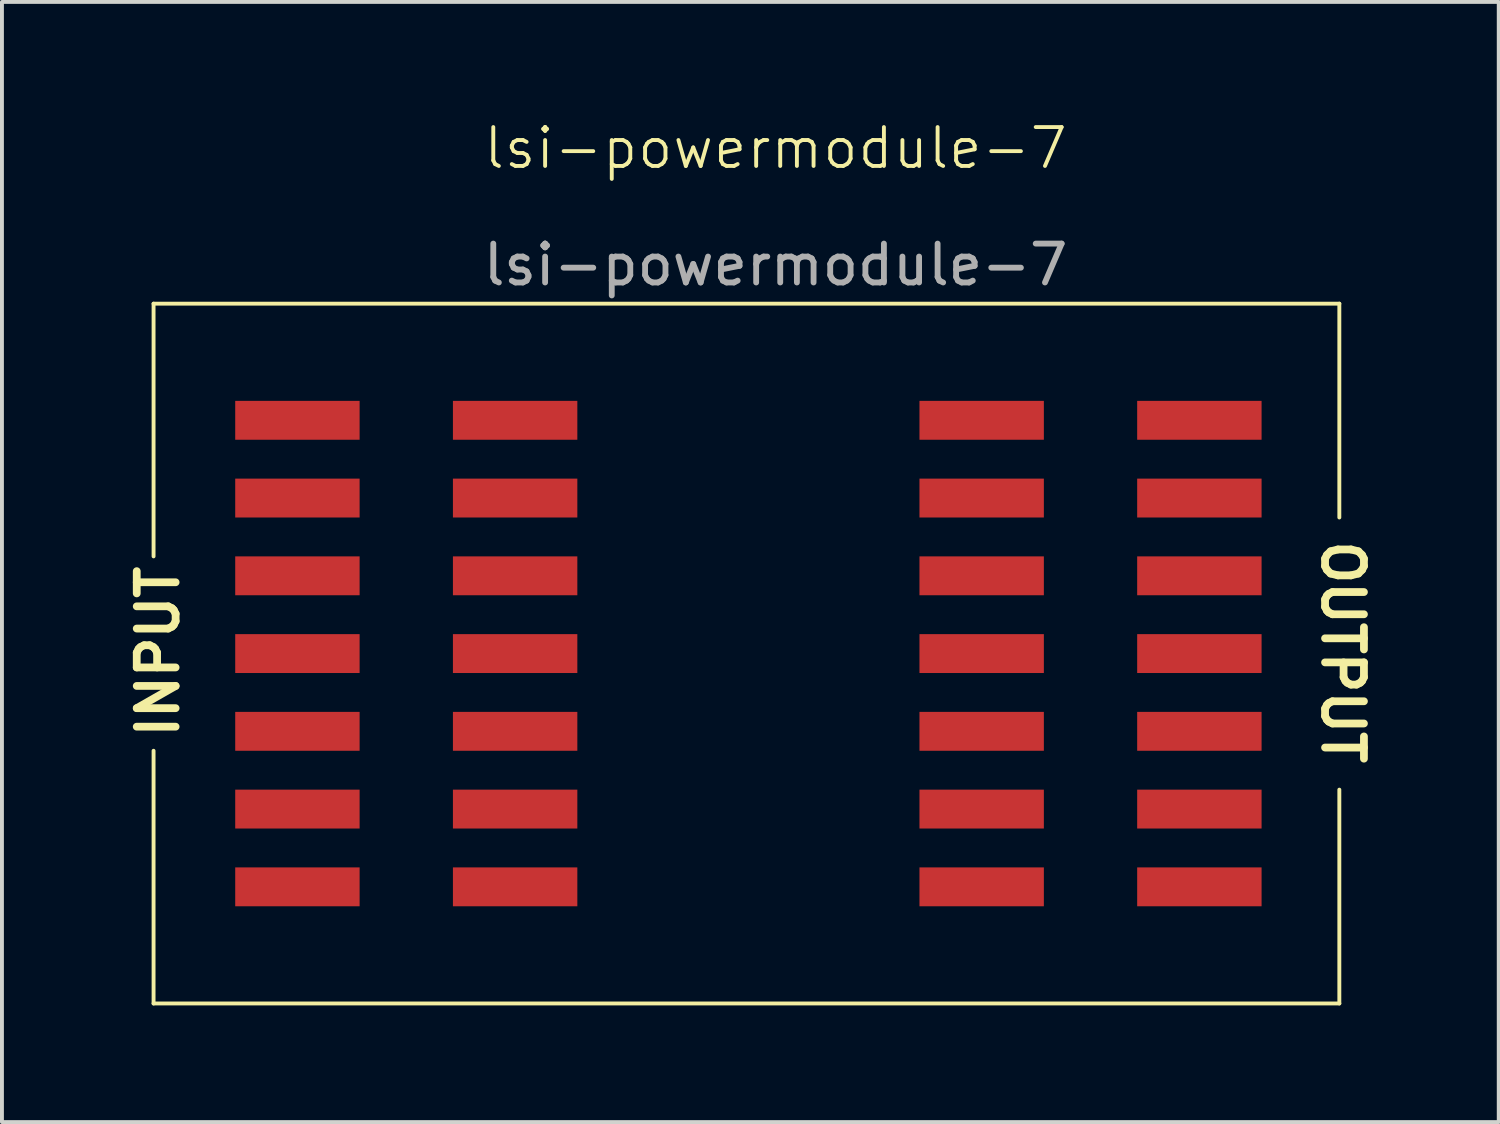
<source format=kicad_pcb>
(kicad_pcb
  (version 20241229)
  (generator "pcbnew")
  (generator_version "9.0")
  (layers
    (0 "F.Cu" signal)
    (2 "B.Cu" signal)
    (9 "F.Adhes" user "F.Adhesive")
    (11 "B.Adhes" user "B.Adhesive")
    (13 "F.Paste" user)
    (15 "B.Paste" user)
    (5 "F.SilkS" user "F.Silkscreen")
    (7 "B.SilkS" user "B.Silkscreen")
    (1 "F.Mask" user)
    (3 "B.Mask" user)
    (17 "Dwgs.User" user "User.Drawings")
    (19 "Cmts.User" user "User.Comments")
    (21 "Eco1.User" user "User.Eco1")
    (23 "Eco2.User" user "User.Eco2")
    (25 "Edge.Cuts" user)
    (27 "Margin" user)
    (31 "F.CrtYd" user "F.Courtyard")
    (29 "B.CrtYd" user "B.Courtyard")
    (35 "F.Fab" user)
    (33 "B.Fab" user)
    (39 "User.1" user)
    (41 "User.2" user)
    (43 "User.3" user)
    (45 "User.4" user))
  (footprint "lsi-powermodule-7"
    (layer "F.Cu")
    (at 4.9 7.761)
    (property "Reference" "lsi-powermodule-7" (at 12 -7 0) (unlocked yes) (layer "F.SilkS") (effects (font (size 1 1) (thickness 0.1))))
    (attr smd)
    (fp_line (start -4 -3) (end -4 3.5) (stroke (width 0.1) (type default)) (layer "F.SilkS"))
    (fp_line (start -4 15) (end -4 8.5) (stroke (width 0.1) (type default)) (layer "F.SilkS"))
    (fp_line (start 26.5 -3) (end -4 -3) (stroke (width 0.1) (type default)) (layer "F.SilkS"))
    (fp_line (start 26.5 2.5) (end 26.5 -3) (stroke (width 0.1) (type default)) (layer "F.SilkS"))
    (fp_line (start 26.5 9.5) (end 26.5 15) (stroke (width 0.1) (type default)) (layer "F.SilkS"))
    (fp_line (start 26.5 15) (end -4 15) (stroke (width 0.1) (type default)) (layer "F.SilkS"))
    (fp_text user "INPUT" (at -3.3 8.25 90) (unlocked yes) (layer "F.SilkS") (effects (font (size 1 1) (thickness 0.2) (bold yes)) (justify left bottom)))
    (fp_text user "OUTPUT" (at 26 3 270) (unlocked yes) (layer "F.SilkS") (effects (font (size 1 1) (thickness 0.2) (bold yes)) (justify left bottom)))
    (fp_text user "${REFERENCE}" (at 12 -4 0) (unlocked yes) (layer "F.Fab") (effects (font (size 1 1) (thickness 0.15))))
    (pad "1" smd rect (at -0.3 2) (size 3.2 1) (layers "F.Cu" "F.Mask" "F.Paste"))
    (pad "1" smd rect (at -0.3 4) (size 3.2 1) (layers "F.Cu" "F.Mask" "F.Paste"))
    (pad "1" smd rect (at -0.3 6) (size 3.2 1) (layers "F.Cu" "F.Mask" "F.Paste"))
    (pad "1" smd rect (at -0.3 8) (size 3.2 1) (layers "F.Cu" "F.Mask" "F.Paste"))
    (pad "1" smd rect (at -0.3 10) (size 3.2 1) (layers "F.Cu" "F.Mask" "F.Paste"))
    (pad "1" smd rect (at -0.3 12) (size 3.2 1) (layers "F.Cu" "F.Mask" "F.Paste"))
    (pad "2" smd rect (at 5.3 2) (size 3.2 1) (layers "F.Cu" "F.Mask" "F.Paste"))
    (pad "2" smd rect (at 5.3 4) (size 3.2 1) (layers "F.Cu" "F.Mask" "F.Paste"))
    (pad "2" smd rect (at 5.3 6) (size 3.2 1) (layers "F.Cu" "F.Mask" "F.Paste"))
    (pad "2" smd rect (at 5.3 8) (size 3.2 1) (layers "F.Cu" "F.Mask" "F.Paste"))
    (pad "2" smd rect (at 5.3 10) (size 3.2 1) (layers "F.Cu" "F.Mask" "F.Paste"))
    (pad "2" smd rect (at 5.3 12) (size 3.2 1) (layers "F.Cu" "F.Mask" "F.Paste"))
    (pad "3" smd rect (at 17.3 2) (size 3.2 1) (layers "F.Cu" "F.Mask" "F.Paste"))
    (pad "3" smd rect (at 17.3 4) (size 3.2 1) (layers "F.Cu" "F.Mask" "F.Paste"))
    (pad "3" smd rect (at 17.3 6) (size 3.2 1) (layers "F.Cu" "F.Mask" "F.Paste"))
    (pad "3" smd rect (at 17.3 8) (size 3.2 1) (layers "F.Cu" "F.Mask" "F.Paste"))
    (pad "3" smd rect (at 17.3 10) (size 3.2 1) (layers "F.Cu" "F.Mask" "F.Paste"))
    (pad "3" smd rect (at 17.3 12) (size 3.2 1) (layers "F.Cu" "F.Mask" "F.Paste"))
    (pad "4" smd rect (at 22.9 2) (size 3.2 1) (layers "F.Cu" "F.Mask" "F.Paste"))
    (pad "4" smd rect (at 22.9 4) (size 3.2 1) (layers "F.Cu" "F.Mask" "F.Paste"))
    (pad "4" smd rect (at 22.9 6) (size 3.2 1) (layers "F.Cu" "F.Mask" "F.Paste"))
    (pad "4" smd rect (at 22.9 8) (size 3.2 1) (layers "F.Cu" "F.Mask" "F.Paste"))
    (pad "4" smd rect (at 22.9 10) (size 3.2 1) (layers "F.Cu" "F.Mask" "F.Paste"))
    (pad "4" smd rect (at 22.9 12) (size 3.2 1) (layers "F.Cu" "F.Mask" "F.Paste"))
    (pad "5" smd rect (at -0.3 0) (size 3.2 1) (layers "F.Cu" "F.Mask" "F.Paste"))
    (pad "6" smd rect (at 5.3 0) (size 3.2 1) (layers "F.Cu" "F.Mask" "F.Paste"))
    (pad "7" smd rect (at 17.3 0) (size 3.2 1) (layers "F.Cu" "F.Mask" "F.Paste"))
    (pad "8" smd rect (at 22.9 0) (size 3.2 1) (layers "F.Cu" "F.Mask" "F.Paste")))
  (gr_rect
    (start -3 -3)
    (end 35.5 25.811)
    (stroke (width 0.1) (type default))
    (fill no)
    (layer "Edge.Cuts")))
</source>
